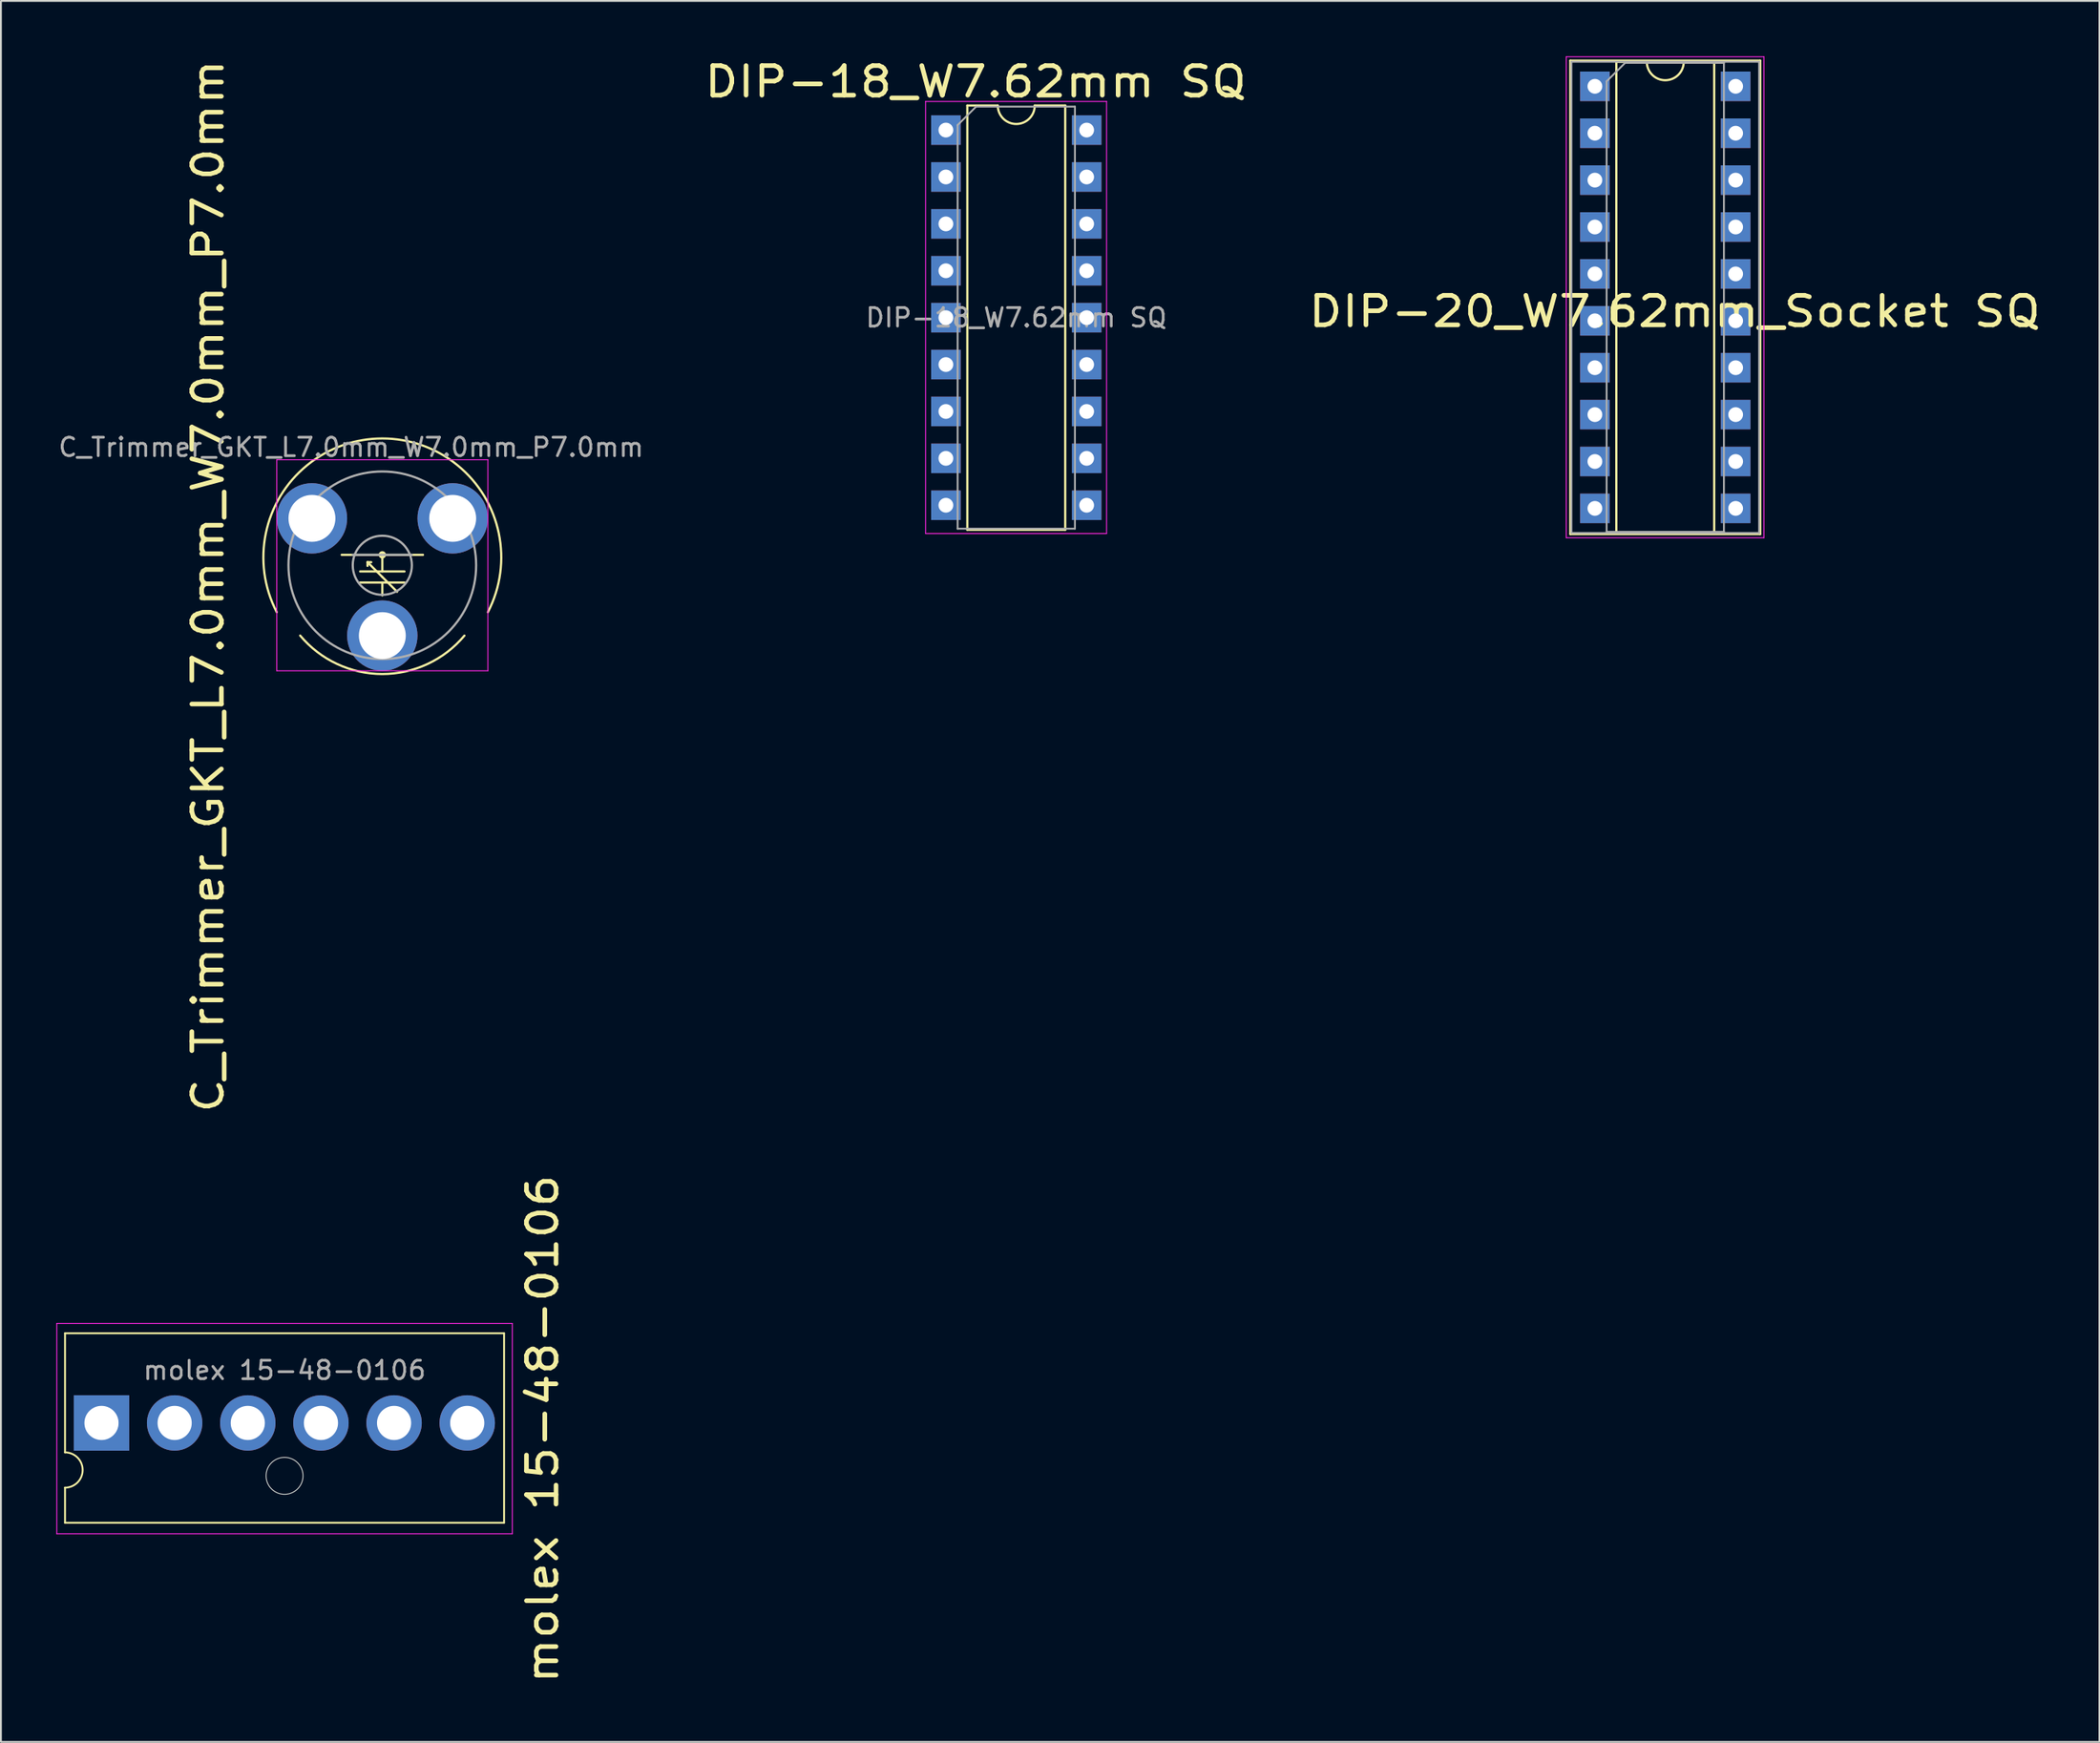
<source format=kicad_pcb>
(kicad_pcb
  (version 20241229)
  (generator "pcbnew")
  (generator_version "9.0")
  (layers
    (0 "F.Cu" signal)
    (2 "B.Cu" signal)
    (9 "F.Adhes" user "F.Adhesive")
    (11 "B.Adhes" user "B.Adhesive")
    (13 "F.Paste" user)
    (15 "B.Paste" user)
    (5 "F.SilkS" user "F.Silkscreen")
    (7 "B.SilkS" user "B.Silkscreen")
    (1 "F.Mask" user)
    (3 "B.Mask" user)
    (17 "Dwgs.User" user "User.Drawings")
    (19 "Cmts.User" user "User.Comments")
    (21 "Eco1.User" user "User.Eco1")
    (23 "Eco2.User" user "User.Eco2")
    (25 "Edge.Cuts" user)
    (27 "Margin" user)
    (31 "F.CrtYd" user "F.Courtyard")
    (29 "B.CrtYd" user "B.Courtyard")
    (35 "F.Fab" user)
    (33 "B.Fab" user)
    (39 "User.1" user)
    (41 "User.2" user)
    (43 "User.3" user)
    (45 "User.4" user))
  (footprint "molex 15-48-0106"
    (layer "F.Cu")
    (at 12.355 76.882)
    (property "Reference" "molex 15-48-0106" (at 13.97 -2.54 270) (layer "F.SilkS") (effects (font (size 1.6 1.8) (thickness 0.25))))
    (attr through_hole)
    (fp_line (start -11.885 -7.72) (end 11.885 -7.72) (stroke (width 0.1) (type default)) (layer "F.SilkS"))
    (fp_line (start -11.885 -1.27) (end -11.885 -7.72) (stroke (width 0.1) (type default)) (layer "F.SilkS"))
    (fp_line (start -11.885 2.54) (end -11.885 0.64) (stroke (width 0.1) (type default)) (layer "F.SilkS"))
    (fp_line (start 11.885 -7.72) (end 11.885 2.54) (stroke (width 0.1) (type default)) (layer "F.SilkS"))
    (fp_line (start 11.885 2.54) (end -11.885 2.54) (stroke (width 0.1) (type default)) (layer "F.SilkS"))
    (fp_arc (start -11.885 -1.27) (mid -10.93 -0.315) (end -11.885 0.64) (stroke (width 0.1) (type default)) (layer "F.SilkS"))
    (fp_circle (center 0 0) (end 1 0) (stroke (width 0.05) (type default)) (fill no) (layer "Edge.Cuts"))
    (fp_line (start -12.33 -8.255) (end -12.33 3.137) (stroke (width 0.05) (type solid)) (layer "F.CrtYd"))
    (fp_line (start -12.33 3.137) (end 12.33 3.137) (stroke (width 0.05) (type solid)) (layer "F.CrtYd"))
    (fp_line (start 12.33 -8.255) (end -12.33 -8.255) (stroke (width 0.05) (type solid)) (layer "F.CrtYd"))
    (fp_line (start 12.33 3.137) (end 12.33 -8.255) (stroke (width 0.05) (type solid)) (layer "F.CrtYd"))
    (fp_text user "${REFERENCE}" (at 0 -5.715 0) (layer "F.Fab") (effects (font (size 1 1) (thickness 0.15))))
    (pad "1" thru_hole circle (at 9.89 -2.864) (size 3 3) (drill 1.85) (layers "*.Cu" "*.Mask"))
    (pad "2" thru_hole circle (at 5.93 -2.864) (size 3 3) (drill 1.85) (layers "*.Cu" "*.Mask"))
    (pad "3" thru_hole circle (at 1.97 -2.864) (size 3 3) (drill 1.85) (layers "*.Cu" "*.Mask"))
    (pad "4" thru_hole circle (at -1.99 -2.864) (size 3 3) (drill 1.85) (layers "*.Cu" "*.Mask"))
    (pad "5" thru_hole circle (at -5.95 -2.864) (size 3 3) (drill 1.85) (layers "*.Cu" "*.Mask"))
    (pad "6" thru_hole rect (at -9.91 -2.864) (size 3 3) (drill 1.85) (layers "*.Cu" "*.Mask")))
  (footprint "DIP-20_W7.62mm_Socket SQ"
    (layer "F.Cu")
    (at 83.295 1.625)
    (property "Reference" "DIP-20_W7.62mm_Socket SQ" (at 4.321 12.192 0) (layer "F.SilkS") (effects (font (size 1.6 1.8) (thickness 0.25))))
    (attr through_hole)
    (fp_line (start -1.33 -1.39) (end -1.33 24.25) (stroke (width 0.12) (type solid)) (layer "F.SilkS"))
    (fp_line (start -1.33 24.25) (end 8.95 24.25) (stroke (width 0.12) (type solid)) (layer "F.SilkS"))
    (fp_line (start 1.16 -1.33) (end 1.16 24.19) (stroke (width 0.12) (type solid)) (layer "F.SilkS"))
    (fp_line (start 1.16 24.19) (end 6.46 24.19) (stroke (width 0.12) (type solid)) (layer "F.SilkS"))
    (fp_line (start 2.81 -1.33) (end 1.16 -1.33) (stroke (width 0.12) (type solid)) (layer "F.SilkS"))
    (fp_line (start 6.46 -1.33) (end 4.81 -1.33) (stroke (width 0.12) (type solid)) (layer "F.SilkS"))
    (fp_line (start 6.46 24.19) (end 6.46 -1.33) (stroke (width 0.12) (type solid)) (layer "F.SilkS"))
    (fp_line (start 8.95 -1.39) (end -1.33 -1.39) (stroke (width 0.12) (type solid)) (layer "F.SilkS"))
    (fp_line (start 8.95 24.25) (end 8.95 -1.39) (stroke (width 0.12) (type solid)) (layer "F.SilkS"))
    (fp_arc (start 4.81 -1.33) (mid 3.81 -0.33) (end 2.81 -1.33) (stroke (width 0.12) (type solid)) (layer "F.SilkS"))
    (fp_line (start -1.55 -1.6) (end -1.55 24.45) (stroke (width 0.05) (type solid)) (layer "F.CrtYd"))
    (fp_line (start -1.55 24.45) (end 9.15 24.45) (stroke (width 0.05) (type solid)) (layer "F.CrtYd"))
    (fp_line (start 9.15 -1.6) (end -1.55 -1.6) (stroke (width 0.05) (type solid)) (layer "F.CrtYd"))
    (fp_line (start 9.15 24.45) (end 9.15 -1.6) (stroke (width 0.05) (type solid)) (layer "F.CrtYd"))
    (fp_line (start -1.27 -1.33) (end -1.27 24.19) (stroke (width 0.1) (type solid)) (layer "F.Fab"))
    (fp_line (start -1.27 24.19) (end 8.89 24.19) (stroke (width 0.1) (type solid)) (layer "F.Fab"))
    (fp_line (start 0.635 -0.27) (end 1.635 -1.27) (stroke (width 0.1) (type solid)) (layer "F.Fab"))
    (fp_line (start 0.635 24.13) (end 0.635 -0.27) (stroke (width 0.1) (type solid)) (layer "F.Fab"))
    (fp_line (start 1.635 -1.27) (end 6.985 -1.27) (stroke (width 0.1) (type solid)) (layer "F.Fab"))
    (fp_line (start 6.985 -1.27) (end 6.985 24.13) (stroke (width 0.1) (type solid)) (layer "F.Fab"))
    (fp_line (start 6.985 24.13) (end 0.635 24.13) (stroke (width 0.1) (type solid)) (layer "F.Fab"))
    (fp_line (start 8.89 -1.33) (end -1.27 -1.33) (stroke (width 0.1) (type solid)) (layer "F.Fab"))
    (fp_line (start 8.89 24.19) (end 8.89 -1.33) (stroke (width 0.1) (type solid)) (layer "F.Fab"))
    (pad "1" thru_hole rect (at 0 0) (size 1.6 1.6) (drill 0.8) (layers "*.Cu" "*.Mask"))
    (pad "2" thru_hole rect (at 0 2.54) (size 1.6 1.6) (drill 0.8) (layers "*.Cu" "*.Mask"))
    (pad "3" thru_hole rect (at 0 5.08) (size 1.6 1.6) (drill 0.8) (layers "*.Cu" "*.Mask"))
    (pad "4" thru_hole rect (at 0 7.62) (size 1.6 1.6) (drill 0.8) (layers "*.Cu" "*.Mask"))
    (pad "5" thru_hole rect (at 0 10.16) (size 1.6 1.6) (drill 0.8) (layers "*.Cu" "*.Mask"))
    (pad "6" thru_hole rect (at 0 12.7) (size 1.6 1.6) (drill 0.8) (layers "*.Cu" "*.Mask"))
    (pad "7" thru_hole rect (at 0 15.24) (size 1.6 1.6) (drill 0.8) (layers "*.Cu" "*.Mask"))
    (pad "8" thru_hole rect (at 0 17.78) (size 1.6 1.6) (drill 0.8) (layers "*.Cu" "*.Mask"))
    (pad "9" thru_hole rect (at 0 20.32) (size 1.6 1.6) (drill 0.8) (layers "*.Cu" "*.Mask"))
    (pad "10" thru_hole rect (at 0 22.86) (size 1.6 1.6) (drill 0.8) (layers "*.Cu" "*.Mask"))
    (pad "11" thru_hole rect (at 7.62 22.86) (size 1.6 1.6) (drill 0.8) (layers "*.Cu" "*.Mask"))
    (pad "12" thru_hole rect (at 7.62 20.32) (size 1.6 1.6) (drill 0.8) (layers "*.Cu" "*.Mask"))
    (pad "13" thru_hole rect (at 7.62 17.78) (size 1.6 1.6) (drill 0.8) (layers "*.Cu" "*.Mask"))
    (pad "14" thru_hole rect (at 7.62 15.24) (size 1.6 1.6) (drill 0.8) (layers "*.Cu" "*.Mask"))
    (pad "15" thru_hole rect (at 7.62 12.7) (size 1.6 1.6) (drill 0.8) (layers "*.Cu" "*.Mask"))
    (pad "16" thru_hole rect (at 7.62 10.16) (size 1.6 1.6) (drill 0.8) (layers "*.Cu" "*.Mask"))
    (pad "17" thru_hole rect (at 7.62 7.62) (size 1.6 1.6) (drill 0.8) (layers "*.Cu" "*.Mask"))
    (pad "18" thru_hole rect (at 7.62 5.08) (size 1.6 1.6) (drill 0.8) (layers "*.Cu" "*.Mask"))
    (pad "19" thru_hole rect (at 7.62 2.54) (size 1.6 1.6) (drill 0.8) (layers "*.Cu" "*.Mask"))
    (pad "20" thru_hole rect (at 7.62 0) (size 1.6 1.6) (drill 0.8) (layers "*.Cu" "*.Mask")))
  (footprint "DIP-18_W7.62mm SQ"
    (layer "F.Cu")
    (at 48.159 3.995)
    (property "Reference" "DIP-18_W7.62mm SQ" (at 1.61 -2.62 0) (layer "F.SilkS") (effects (font (size 1.6 1.8) (thickness 0.25))))
    (attr through_hole)
    (fp_line (start 1.16 -1.33) (end 1.16 21.65) (stroke (width 0.12) (type solid)) (layer "F.SilkS"))
    (fp_line (start 1.16 21.65) (end 6.46 21.65) (stroke (width 0.12) (type solid)) (layer "F.SilkS"))
    (fp_line (start 2.81 -1.33) (end 1.16 -1.33) (stroke (width 0.12) (type solid)) (layer "F.SilkS"))
    (fp_line (start 6.46 -1.33) (end 4.81 -1.33) (stroke (width 0.12) (type solid)) (layer "F.SilkS"))
    (fp_line (start 6.46 21.65) (end 6.46 -1.33) (stroke (width 0.12) (type solid)) (layer "F.SilkS"))
    (fp_arc (start 4.81 -1.33) (mid 3.81 -0.33) (end 2.81 -1.33) (stroke (width 0.12) (type solid)) (layer "F.SilkS"))
    (fp_line (start -1.1 -1.55) (end -1.1 21.85) (stroke (width 0.05) (type solid)) (layer "F.CrtYd"))
    (fp_line (start -1.1 21.85) (end 8.7 21.85) (stroke (width 0.05) (type solid)) (layer "F.CrtYd"))
    (fp_line (start 8.7 -1.55) (end -1.1 -1.55) (stroke (width 0.05) (type solid)) (layer "F.CrtYd"))
    (fp_line (start 8.7 21.85) (end 8.7 -1.55) (stroke (width 0.05) (type solid)) (layer "F.CrtYd"))
    (fp_line (start 0.635 -0.27) (end 1.635 -1.27) (stroke (width 0.1) (type solid)) (layer "F.Fab"))
    (fp_line (start 0.635 21.59) (end 0.635 -0.27) (stroke (width 0.1) (type solid)) (layer "F.Fab"))
    (fp_line (start 1.635 -1.27) (end 6.985 -1.27) (stroke (width 0.1) (type solid)) (layer "F.Fab"))
    (fp_line (start 6.985 -1.27) (end 6.985 21.59) (stroke (width 0.1) (type solid)) (layer "F.Fab"))
    (fp_line (start 6.985 21.59) (end 0.635 21.59) (stroke (width 0.1) (type solid)) (layer "F.Fab"))
    (fp_text user "${REFERENCE}" (at 3.81 10.16 0) (layer "F.Fab") (effects (font (size 1 1) (thickness 0.15))))
    (pad "1" thru_hole rect (at 0 0) (size 1.6 1.6) (drill 0.8) (layers "*.Cu" "*.Mask"))
    (pad "2" thru_hole rect (at 0 2.54) (size 1.6 1.6) (drill 0.8) (layers "*.Cu" "*.Mask"))
    (pad "3" thru_hole rect (at 0 5.08) (size 1.6 1.6) (drill 0.8) (layers "*.Cu" "*.Mask"))
    (pad "4" thru_hole rect (at 0 7.62) (size 1.6 1.6) (drill 0.8) (layers "*.Cu" "*.Mask"))
    (pad "5" thru_hole rect (at 0 10.16) (size 1.6 1.6) (drill 0.8) (layers "*.Cu" "*.Mask"))
    (pad "6" thru_hole rect (at 0 12.7) (size 1.6 1.6) (drill 0.8) (layers "*.Cu" "*.Mask"))
    (pad "7" thru_hole rect (at 0 15.24) (size 1.6 1.6) (drill 0.8) (layers "*.Cu" "*.Mask"))
    (pad "8" thru_hole rect (at 0 17.78) (size 1.6 1.6) (drill 0.8) (layers "*.Cu" "*.Mask"))
    (pad "9" thru_hole rect (at 0 20.32) (size 1.6 1.6) (drill 0.8) (layers "*.Cu" "*.Mask"))
    (pad "10" thru_hole rect (at 7.62 20.32) (size 1.6 1.6) (drill 0.8) (layers "*.Cu" "*.Mask"))
    (pad "11" thru_hole rect (at 7.62 17.78) (size 1.6 1.6) (drill 0.8) (layers "*.Cu" "*.Mask"))
    (pad "12" thru_hole rect (at 7.62 15.24) (size 1.6 1.6) (drill 0.8) (layers "*.Cu" "*.Mask"))
    (pad "13" thru_hole rect (at 7.62 12.7) (size 1.6 1.6) (drill 0.8) (layers "*.Cu" "*.Mask"))
    (pad "14" thru_hole rect (at 7.62 10.16) (size 1.6 1.6) (drill 0.8) (layers "*.Cu" "*.Mask"))
    (pad "15" thru_hole rect (at 7.62 7.62) (size 1.6 1.6) (drill 0.8) (layers "*.Cu" "*.Mask"))
    (pad "16" thru_hole rect (at 7.62 5.08) (size 1.6 1.6) (drill 0.8) (layers "*.Cu" "*.Mask"))
    (pad "17" thru_hole rect (at 7.62 2.54) (size 1.6 1.6) (drill 0.8) (layers "*.Cu" "*.Mask"))
    (pad "18" thru_hole rect (at 7.62 0) (size 1.6 1.6) (drill 0.8) (layers "*.Cu" "*.Mask")))
  (footprint "C_Trimmer_GKT_L7.0mm_W7.0mm_P7.0mm"
    (layer "F.Cu")
    (at 17.648 30.105)
    (property "Reference" "C_Trimmer_GKT_L7.0mm_W7.0mm_P7.0mm" (at -9.44 -1.41 90) (layer "F.SilkS") (effects (font (size 1.6 1.8) (thickness 0.25))))
    (attr through_hole)
    (fp_line (start -2.2 -3.105) (end 2.2 -3.105) (stroke (width 0.12) (type solid)) (layer "F.SilkS"))
    (fp_line (start -0.8 -2.705) (end -0.8 -2.505) (stroke (width 0.12) (type solid)) (layer "F.SilkS"))
    (fp_line (start -0.8 -2.705) (end -0.6 -2.705) (stroke (width 0.12) (type solid)) (layer "F.SilkS"))
    (fp_line (start 0 -2.205) (end 0 -3.105) (stroke (width 0.12) (type solid)) (layer "F.SilkS"))
    (fp_line (start 0 -1.905) (end -0.8 -2.705) (stroke (width 0.12) (type solid)) (layer "F.SilkS"))
    (fp_line (start 0 -1.905) (end 0.8 -1.105) (stroke (width 0.12) (type solid)) (layer "F.SilkS"))
    (fp_line (start 0 -1.605) (end -1.2 -1.605) (stroke (width 0.12) (type solid)) (layer "F.SilkS"))
    (fp_line (start 0 -1.605) (end 1.2 -1.605) (stroke (width 0.12) (type solid)) (layer "F.SilkS"))
    (fp_line (start 0 -0.905) (end 0 -1.605) (stroke (width 0.12) (type solid)) (layer "F.SilkS"))
    (fp_line (start 1.2 -2.205) (end -1.2 -2.205) (stroke (width 0.12) (type solid)) (layer "F.SilkS"))
    (fp_arc (start -5.714999 0) (mid 0 -9.40733) (end 5.714999 0) (stroke (width 0.12) (type solid)) (layer "F.SilkS"))
    (fp_arc (start 4.444999 1.269999) (mid -0.002241 3.349828) (end -4.447869 1.266557) (stroke (width 0.12) (type solid)) (layer "F.SilkS"))
    (fp_circle (center 0 -3.105) (end 0.1 -3.105) (stroke (width 0.2) (type solid)) (fill no) (layer "F.SilkS"))
    (fp_line (start -5.715 -8.255) (end -5.715 3.175) (stroke (width 0.05) (type solid)) (layer "F.CrtYd"))
    (fp_line (start -5.715 3.175) (end 5.715 3.175) (stroke (width 0.05) (type solid)) (layer "F.CrtYd"))
    (fp_line (start 5.715 -8.255) (end -5.715 -8.255) (stroke (width 0.05) (type solid)) (layer "F.CrtYd"))
    (fp_line (start 5.715 3.175) (end 5.715 -8.255) (stroke (width 0.05) (type solid)) (layer "F.CrtYd"))
    (fp_line (start 1.6 -3.105) (end -1.6 -3.105) (stroke (width 0.12) (type solid)) (layer "F.Fab"))
    (fp_circle (center 0 -2.54) (end 1.6 -2.54) (stroke (width 0.12) (type solid)) (fill no) (layer "F.Fab"))
    (fp_circle (center 0 -2.54) (end 5.08 -2.54) (stroke (width 0.12) (type solid)) (fill no) (layer "F.Fab"))
    (fp_text user "${REFERENCE}" (at -1.69 -8.93 0) (layer "F.Fab") (effects (font (size 1 1) (thickness 0.15))))
    (pad "1" thru_hole circle (at 0 1.27) (size 3.81 3.81) (drill 2.54) (layers "*.Cu" "*.Mask"))
    (pad "2" thru_hole circle (at -3.81 -5.08) (size 3.81 3.81) (drill 2.54) (layers "*.Cu" "*.Mask"))
    (pad "2" thru_hole circle (at 3.81 -5.08) (size 3.81 3.81) (drill 2.54) (layers "*.Cu" "*.Mask")))
  (gr_rect
    (start -3 -3)
    (end 110.611 91.294)
    (stroke (width 0.1) (type default))
    (fill no)
    (layer "Edge.Cuts")))
</source>
